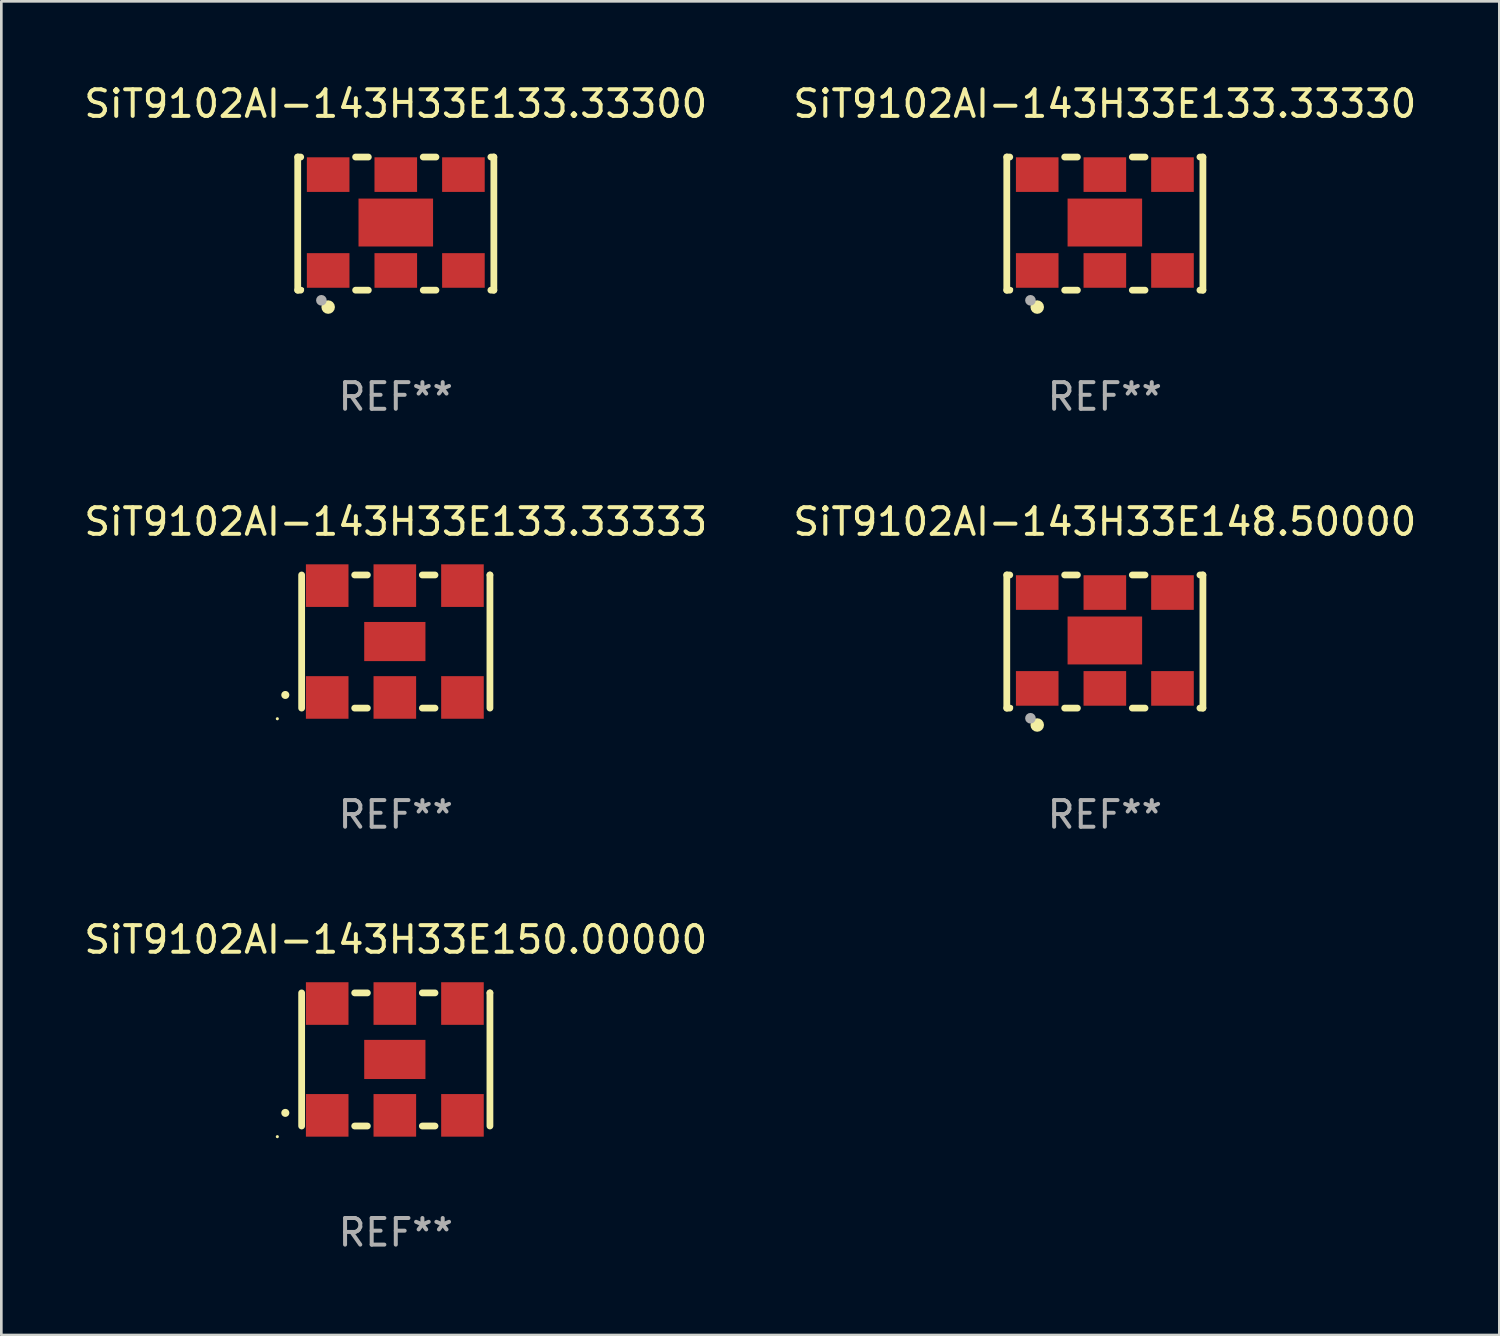
<source format=kicad_pcb>
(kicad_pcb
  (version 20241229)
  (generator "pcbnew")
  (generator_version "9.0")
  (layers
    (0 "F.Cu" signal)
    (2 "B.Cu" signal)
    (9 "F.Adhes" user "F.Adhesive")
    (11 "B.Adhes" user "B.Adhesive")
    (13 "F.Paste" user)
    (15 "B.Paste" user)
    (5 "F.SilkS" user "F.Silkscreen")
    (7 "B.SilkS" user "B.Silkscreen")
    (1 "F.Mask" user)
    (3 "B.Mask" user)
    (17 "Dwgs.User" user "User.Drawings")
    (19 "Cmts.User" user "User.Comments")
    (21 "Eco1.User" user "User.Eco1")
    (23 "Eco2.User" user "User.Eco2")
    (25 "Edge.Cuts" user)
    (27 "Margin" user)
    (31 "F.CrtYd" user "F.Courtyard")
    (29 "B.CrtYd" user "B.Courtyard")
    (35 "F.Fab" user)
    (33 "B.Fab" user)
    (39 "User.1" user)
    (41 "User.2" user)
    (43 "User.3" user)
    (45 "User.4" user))
  (footprint "SiT9102AI-143H33E133.33333"
    (layer "F.Cu")
    (at 11.815 21.045)
    (property "Reference" "SiT9102AI-143H33E133.33333" (at 0 -4.5 0) (layer "F.SilkS") (effects (font (size 1 1) (thickness 0.15))))
    (attr through_hole)
    (fp_line (start -3.536 -2.5) (end -3.536 2.5) (stroke (width 0.254) (type solid)) (layer "F.SilkS"))
    (fp_line (start -1.544 2.5) (end -1.067 2.5) (stroke (width 0.254) (type solid)) (layer "F.SilkS"))
    (fp_line (start -1.067 -2.5) (end -1.544 -2.5) (stroke (width 0.254) (type solid)) (layer "F.SilkS"))
    (fp_line (start 0.996 2.5) (end 1.473 2.5) (stroke (width 0.254) (type solid)) (layer "F.SilkS"))
    (fp_line (start 1.473 -2.5) (end 0.996 -2.5) (stroke (width 0.254) (type solid)) (layer "F.SilkS"))
    (fp_line (start 3.536 -2.5) (end 3.536 -2.5) (stroke (width 0.254) (type solid)) (layer "F.SilkS"))
    (fp_line (start 3.536 2.5) (end 3.536 -2.5) (stroke (width 0.254) (type solid)) (layer "F.SilkS"))
    (fp_arc (start -4.150432 2.006604) (mid -4.149162 2.006599) (end -4.147892 2.006604) (stroke (width 0.3) (type solid)) (layer "F.SilkS"))
    (fp_circle (center -4.449 2.9) (end -4.419 2.9) (stroke (width 0.06) (type solid)) (fill no) (layer "F.SilkS"))
    (fp_text user "REF**" (at 0 6.5 0) (layer "F.Fab") (effects (font (size 1 1) (thickness 0.15))))
    (pad "1" smd rect (at -2.576 2.1) (size 1.6 1.6) (layers "F.Cu" "F.Mask" "F.Paste"))
    (pad "2" smd rect (at -0.036 2.1) (size 1.6 1.6) (layers "F.Cu" "F.Mask" "F.Paste"))
    (pad "3" smd rect (at 2.504 2.1) (size 1.6 1.6) (layers "F.Cu" "F.Mask" "F.Paste"))
    (pad "4" smd rect (at 2.504 -2.1) (size 1.6 1.6) (layers "F.Cu" "F.Mask" "F.Paste"))
    (pad "5" smd rect (at -0.036 -2.1) (size 1.6 1.6) (layers "F.Cu" "F.Mask" "F.Paste"))
    (pad "6" smd rect (at -2.576 -2.1) (size 1.6 1.6) (layers "F.Cu" "F.Mask" "F.Paste"))
    (pad "7" smd rect (at -0.036 0) (size 2.3 1.47) (layers "F.Cu" "F.Mask" "F.Paste")))
  (footprint "SiT9102AI-143H33E133.33300"
    (layer "F.Cu")
    (at 11.815 5.348)
    (property "Reference" "SiT9102AI-143H33E133.33300" (at 0 -4.5 0) (layer "F.SilkS") (effects (font (size 1 1) (thickness 0.15))))
    (attr through_hole)
    (fp_line (start -3.683 -2.5) (end -3.571 -2.5) (stroke (width 0.254) (type solid)) (layer "F.SilkS"))
    (fp_line (start -3.683 2.5) (end -3.683 -2.5) (stroke (width 0.254) (type solid)) (layer "F.SilkS"))
    (fp_line (start -3.683 2.5) (end -3.571 2.5) (stroke (width 0.254) (type solid)) (layer "F.SilkS"))
    (fp_line (start -1.509 -2.5) (end -1.031 -2.5) (stroke (width 0.254) (type solid)) (layer "F.SilkS"))
    (fp_line (start -1.509 2.5) (end -1.031 2.5) (stroke (width 0.254) (type solid)) (layer "F.SilkS"))
    (fp_line (start 1.031 -2.5) (end 1.509 -2.5) (stroke (width 0.254) (type solid)) (layer "F.SilkS"))
    (fp_line (start 1.031 2.5) (end 1.509 2.5) (stroke (width 0.254) (type solid)) (layer "F.SilkS"))
    (fp_line (start 3.571 -2.5) (end 3.683 -2.5) (stroke (width 0.254) (type solid)) (layer "F.SilkS"))
    (fp_line (start 3.571 2.5) (end 3.683 2.5) (stroke (width 0.254) (type solid)) (layer "F.SilkS"))
    (fp_line (start 3.683 2.5) (end 3.683 -2.5) (stroke (width 0.254) (type solid)) (layer "F.SilkS"))
    (fp_circle (center -3.5 2.46) (end -3.47 2.46) (stroke (width 0.06) (type solid)) (fill no) (layer "F.SilkS"))
    (fp_circle (center -2.54 3.135) (end -2.413 3.135) (stroke (width 0.254) (type solid)) (fill no) (layer "F.SilkS"))
    (fp_circle (center -2.794 2.881) (end -2.694 2.881) (stroke (width 0.2) (type solid)) (fill no) (layer "F.Fab"))
    (fp_text user "REF**" (at 0 6.5 0) (layer "F.Fab") (effects (font (size 1 1) (thickness 0.15))))
    (pad "1" smd rect (at -2.54 1.76) (size 1.6 1.3) (layers "F.Cu" "F.Mask" "F.Paste"))
    (pad "2" smd rect (at 0 1.76) (size 1.6 1.3) (layers "F.Cu" "F.Mask" "F.Paste"))
    (pad "3" smd rect (at 2.54 1.76) (size 1.6 1.3) (layers "F.Cu" "F.Mask" "F.Paste"))
    (pad "4" smd rect (at 2.54 -1.84) (size 1.6 1.3) (layers "F.Cu" "F.Mask" "F.Paste"))
    (pad "5" smd rect (at 0 -1.84) (size 1.6 1.3) (layers "F.Cu" "F.Mask" "F.Paste"))
    (pad "6" smd rect (at -2.54 -1.84) (size 1.6 1.3) (layers "F.Cu" "F.Mask" "F.Paste"))
    (pad "7" smd rect (at 0 -0.04) (size 2.8 1.8) (layers "F.Cu" "F.Mask" "F.Paste")))
  (footprint "SiT9102AI-143H33E150.00000"
    (layer "F.Cu")
    (at 11.815 36.741)
    (property "Reference" "SiT9102AI-143H33E150.00000" (at 0 -4.5 0) (layer "F.SilkS") (effects (font (size 1 1) (thickness 0.15))))
    (attr through_hole)
    (fp_line (start -3.536 -2.5) (end -3.536 2.5) (stroke (width 0.254) (type solid)) (layer "F.SilkS"))
    (fp_line (start -1.544 2.5) (end -1.067 2.5) (stroke (width 0.254) (type solid)) (layer "F.SilkS"))
    (fp_line (start -1.067 -2.5) (end -1.544 -2.5) (stroke (width 0.254) (type solid)) (layer "F.SilkS"))
    (fp_line (start 0.996 2.5) (end 1.473 2.5) (stroke (width 0.254) (type solid)) (layer "F.SilkS"))
    (fp_line (start 1.473 -2.5) (end 0.996 -2.5) (stroke (width 0.254) (type solid)) (layer "F.SilkS"))
    (fp_line (start 3.536 -2.5) (end 3.536 -2.5) (stroke (width 0.254) (type solid)) (layer "F.SilkS"))
    (fp_line (start 3.536 2.5) (end 3.536 -2.5) (stroke (width 0.254) (type solid)) (layer "F.SilkS"))
    (fp_arc (start -4.150432 2.006604) (mid -4.149162 2.006599) (end -4.147892 2.006604) (stroke (width 0.3) (type solid)) (layer "F.SilkS"))
    (fp_circle (center -4.449 2.9) (end -4.419 2.9) (stroke (width 0.06) (type solid)) (fill no) (layer "F.SilkS"))
    (fp_text user "REF**" (at 0 6.5 0) (layer "F.Fab") (effects (font (size 1 1) (thickness 0.15))))
    (pad "1" smd rect (at -2.576 2.1) (size 1.6 1.6) (layers "F.Cu" "F.Mask" "F.Paste"))
    (pad "2" smd rect (at -0.036 2.1) (size 1.6 1.6) (layers "F.Cu" "F.Mask" "F.Paste"))
    (pad "3" smd rect (at 2.504 2.1) (size 1.6 1.6) (layers "F.Cu" "F.Mask" "F.Paste"))
    (pad "4" smd rect (at 2.504 -2.1) (size 1.6 1.6) (layers "F.Cu" "F.Mask" "F.Paste"))
    (pad "5" smd rect (at -0.036 -2.1) (size 1.6 1.6) (layers "F.Cu" "F.Mask" "F.Paste"))
    (pad "6" smd rect (at -2.576 -2.1) (size 1.6 1.6) (layers "F.Cu" "F.Mask" "F.Paste"))
    (pad "7" smd rect (at -0.036 0) (size 2.3 1.47) (layers "F.Cu" "F.Mask" "F.Paste")))
  (footprint "SiT9102AI-143H33E133.33330"
    (layer "F.Cu")
    (at 38.446 5.348)
    (property "Reference" "SiT9102AI-143H33E133.33330" (at 0 -4.5 0) (layer "F.SilkS") (effects (font (size 1 1) (thickness 0.15))))
    (attr through_hole)
    (fp_line (start -3.683 -2.5) (end -3.571 -2.5) (stroke (width 0.254) (type solid)) (layer "F.SilkS"))
    (fp_line (start -3.683 2.5) (end -3.683 -2.5) (stroke (width 0.254) (type solid)) (layer "F.SilkS"))
    (fp_line (start -3.683 2.5) (end -3.571 2.5) (stroke (width 0.254) (type solid)) (layer "F.SilkS"))
    (fp_line (start -1.509 -2.5) (end -1.031 -2.5) (stroke (width 0.254) (type solid)) (layer "F.SilkS"))
    (fp_line (start -1.509 2.5) (end -1.031 2.5) (stroke (width 0.254) (type solid)) (layer "F.SilkS"))
    (fp_line (start 1.031 -2.5) (end 1.509 -2.5) (stroke (width 0.254) (type solid)) (layer "F.SilkS"))
    (fp_line (start 1.031 2.5) (end 1.509 2.5) (stroke (width 0.254) (type solid)) (layer "F.SilkS"))
    (fp_line (start 3.571 -2.5) (end 3.683 -2.5) (stroke (width 0.254) (type solid)) (layer "F.SilkS"))
    (fp_line (start 3.571 2.5) (end 3.683 2.5) (stroke (width 0.254) (type solid)) (layer "F.SilkS"))
    (fp_line (start 3.683 2.5) (end 3.683 -2.5) (stroke (width 0.254) (type solid)) (layer "F.SilkS"))
    (fp_circle (center -3.5 2.46) (end -3.47 2.46) (stroke (width 0.06) (type solid)) (fill no) (layer "F.SilkS"))
    (fp_circle (center -2.54 3.135) (end -2.413 3.135) (stroke (width 0.254) (type solid)) (fill no) (layer "F.SilkS"))
    (fp_circle (center -2.794 2.881) (end -2.694 2.881) (stroke (width 0.2) (type solid)) (fill no) (layer "F.Fab"))
    (fp_text user "REF**" (at 0 6.5 0) (layer "F.Fab") (effects (font (size 1 1) (thickness 0.15))))
    (pad "1" smd rect (at -2.54 1.76) (size 1.6 1.3) (layers "F.Cu" "F.Mask" "F.Paste"))
    (pad "2" smd rect (at 0 1.76) (size 1.6 1.3) (layers "F.Cu" "F.Mask" "F.Paste"))
    (pad "3" smd rect (at 2.54 1.76) (size 1.6 1.3) (layers "F.Cu" "F.Mask" "F.Paste"))
    (pad "4" smd rect (at 2.54 -1.84) (size 1.6 1.3) (layers "F.Cu" "F.Mask" "F.Paste"))
    (pad "5" smd rect (at 0 -1.84) (size 1.6 1.3) (layers "F.Cu" "F.Mask" "F.Paste"))
    (pad "6" smd rect (at -2.54 -1.84) (size 1.6 1.3) (layers "F.Cu" "F.Mask" "F.Paste"))
    (pad "7" smd rect (at 0 -0.04) (size 2.8 1.8) (layers "F.Cu" "F.Mask" "F.Paste")))
  (footprint "SiT9102AI-143H33E148.50000"
    (layer "F.Cu")
    (at 38.446 21.045)
    (property "Reference" "SiT9102AI-143H33E148.50000" (at 0 -4.5 0) (layer "F.SilkS") (effects (font (size 1 1) (thickness 0.15))))
    (attr through_hole)
    (fp_line (start -3.683 -2.5) (end -3.571 -2.5) (stroke (width 0.254) (type solid)) (layer "F.SilkS"))
    (fp_line (start -3.683 2.5) (end -3.683 -2.5) (stroke (width 0.254) (type solid)) (layer "F.SilkS"))
    (fp_line (start -3.683 2.5) (end -3.571 2.5) (stroke (width 0.254) (type solid)) (layer "F.SilkS"))
    (fp_line (start -1.509 -2.5) (end -1.031 -2.5) (stroke (width 0.254) (type solid)) (layer "F.SilkS"))
    (fp_line (start -1.509 2.5) (end -1.031 2.5) (stroke (width 0.254) (type solid)) (layer "F.SilkS"))
    (fp_line (start 1.031 -2.5) (end 1.509 -2.5) (stroke (width 0.254) (type solid)) (layer "F.SilkS"))
    (fp_line (start 1.031 2.5) (end 1.509 2.5) (stroke (width 0.254) (type solid)) (layer "F.SilkS"))
    (fp_line (start 3.571 -2.5) (end 3.683 -2.5) (stroke (width 0.254) (type solid)) (layer "F.SilkS"))
    (fp_line (start 3.571 2.5) (end 3.683 2.5) (stroke (width 0.254) (type solid)) (layer "F.SilkS"))
    (fp_line (start 3.683 2.5) (end 3.683 -2.5) (stroke (width 0.254) (type solid)) (layer "F.SilkS"))
    (fp_circle (center -3.5 2.46) (end -3.47 2.46) (stroke (width 0.06) (type solid)) (fill no) (layer "F.SilkS"))
    (fp_circle (center -2.54 3.135) (end -2.413 3.135) (stroke (width 0.254) (type solid)) (fill no) (layer "F.SilkS"))
    (fp_circle (center -2.794 2.881) (end -2.694 2.881) (stroke (width 0.2) (type solid)) (fill no) (layer "F.Fab"))
    (fp_text user "REF**" (at 0 6.5 0) (layer "F.Fab") (effects (font (size 1 1) (thickness 0.15))))
    (pad "1" smd rect (at -2.54 1.76) (size 1.6 1.3) (layers "F.Cu" "F.Mask" "F.Paste"))
    (pad "2" smd rect (at 0 1.76) (size 1.6 1.3) (layers "F.Cu" "F.Mask" "F.Paste"))
    (pad "3" smd rect (at 2.54 1.76) (size 1.6 1.3) (layers "F.Cu" "F.Mask" "F.Paste"))
    (pad "4" smd rect (at 2.54 -1.84) (size 1.6 1.3) (layers "F.Cu" "F.Mask" "F.Paste"))
    (pad "5" smd rect (at 0 -1.84) (size 1.6 1.3) (layers "F.Cu" "F.Mask" "F.Paste"))
    (pad "6" smd rect (at -2.54 -1.84) (size 1.6 1.3) (layers "F.Cu" "F.Mask" "F.Paste"))
    (pad "7" smd rect (at 0 -0.04) (size 2.8 1.8) (layers "F.Cu" "F.Mask" "F.Paste")))
  (gr_rect
    (start -3 -3)
    (end 53.262 47.09)
    (stroke (width 0.1) (type default))
    (fill no)
    (layer "Edge.Cuts")))
</source>
